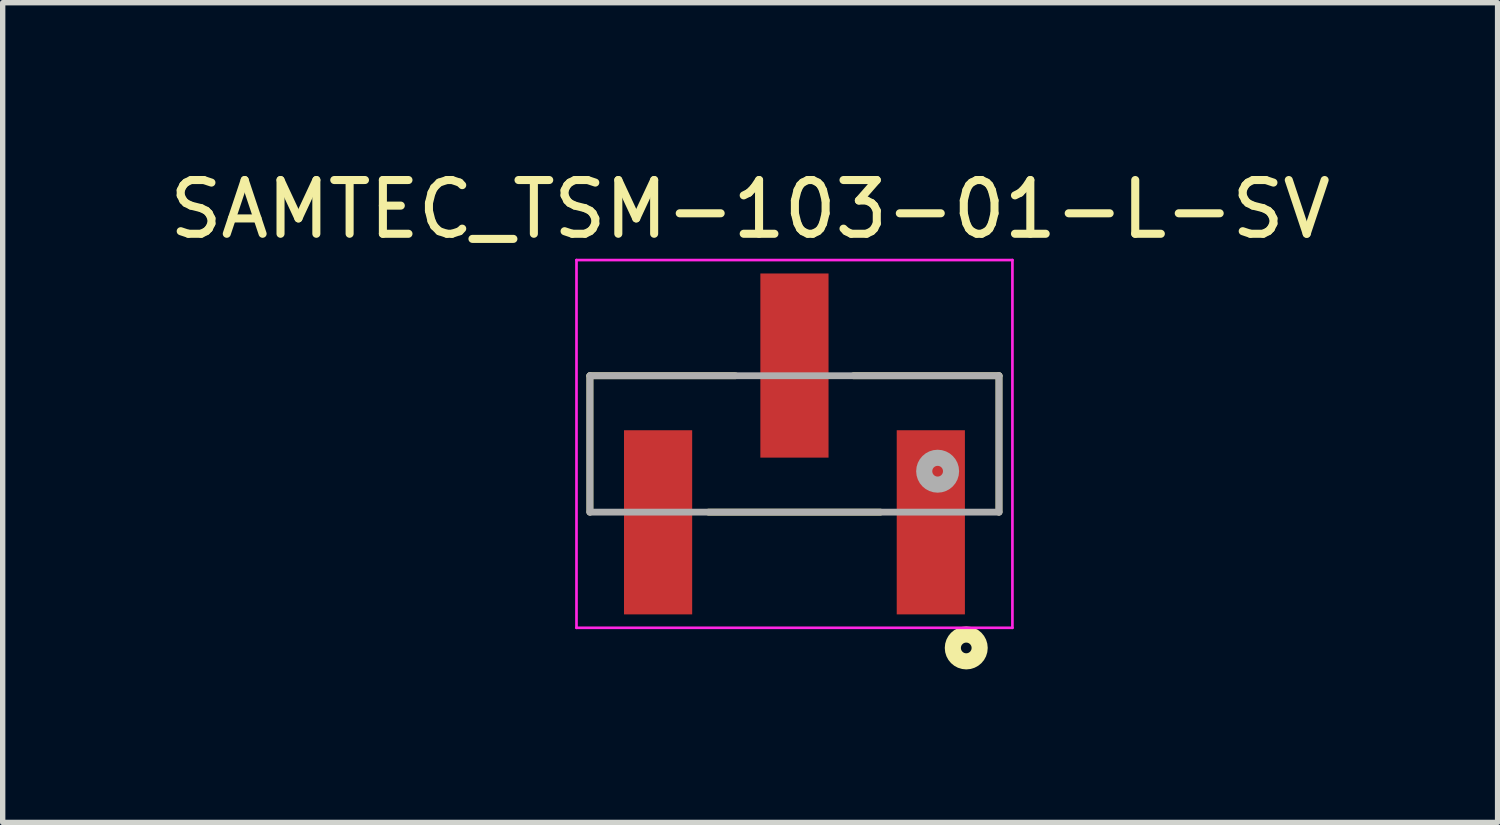
<source format=kicad_pcb>
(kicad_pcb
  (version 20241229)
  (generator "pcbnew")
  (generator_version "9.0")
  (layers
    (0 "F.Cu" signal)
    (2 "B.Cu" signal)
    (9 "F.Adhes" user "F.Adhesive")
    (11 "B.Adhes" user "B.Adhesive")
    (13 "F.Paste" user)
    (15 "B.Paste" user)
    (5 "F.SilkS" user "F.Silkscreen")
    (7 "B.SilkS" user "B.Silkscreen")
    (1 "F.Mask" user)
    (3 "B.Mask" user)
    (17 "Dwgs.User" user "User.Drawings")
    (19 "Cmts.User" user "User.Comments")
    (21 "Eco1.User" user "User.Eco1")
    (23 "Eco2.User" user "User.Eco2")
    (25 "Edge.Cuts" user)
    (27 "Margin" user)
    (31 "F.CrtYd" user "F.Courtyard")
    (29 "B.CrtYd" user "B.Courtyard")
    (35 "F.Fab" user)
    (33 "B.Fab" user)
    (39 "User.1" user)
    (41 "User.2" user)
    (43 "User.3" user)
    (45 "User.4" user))
  (footprint "SAMTEC_TSM-103-01-L-SV"
    (layer "F.Cu")
    (at 11.748 5.219)
    (property "Reference" "SAMTEC_TSM-103-01-L-SV" (at -0.826 -4.37 0) (layer "F.SilkS") (effects (font (size 1.001 1.001) (thickness 0.15))))
    (attr smd)
    (fp_line (start -3.81 -1.27) (end -1.1 -1.27) (stroke (width 0.127) (type solid)) (layer "F.SilkS"))
    (fp_line (start -3.81 1.27) (end -3.81 -1.27) (stroke (width 0.127) (type solid)) (layer "F.SilkS"))
    (fp_line (start 1.1 -1.27) (end 3.81 -1.27) (stroke (width 0.127) (type solid)) (layer "F.SilkS"))
    (fp_line (start 1.6 1.27) (end -1.6 1.27) (stroke (width 0.127) (type solid)) (layer "F.SilkS"))
    (fp_line (start 3.81 -1.27) (end 3.81 1.27) (stroke (width 0.127) (type solid)) (layer "F.SilkS"))
    (fp_circle (center 3.2 3.8) (end 3.3 3.8) (stroke (width 0.3) (type solid)) (fill no) (layer "F.SilkS"))
    (fp_line (start -4.06 -3.425) (end 4.06 -3.425) (stroke (width 0.05) (type solid)) (layer "F.CrtYd"))
    (fp_line (start -4.06 3.425) (end -4.06 -3.425) (stroke (width 0.05) (type solid)) (layer "F.CrtYd"))
    (fp_line (start 4.06 -3.425) (end 4.06 3.425) (stroke (width 0.05) (type solid)) (layer "F.CrtYd"))
    (fp_line (start 4.06 3.425) (end -4.06 3.425) (stroke (width 0.05) (type solid)) (layer "F.CrtYd"))
    (fp_line (start -3.81 -1.27) (end 3.81 -1.27) (stroke (width 0.127) (type solid)) (layer "F.Fab"))
    (fp_line (start -3.81 1.27) (end -3.81 -1.27) (stroke (width 0.127) (type solid)) (layer "F.Fab"))
    (fp_line (start 3.81 -1.27) (end 3.81 1.27) (stroke (width 0.127) (type solid)) (layer "F.Fab"))
    (fp_line (start 3.81 1.27) (end -3.81 1.27) (stroke (width 0.127) (type solid)) (layer "F.Fab"))
    (fp_circle (center 2.667 0.508) (end 2.767 0.508) (stroke (width 0.3) (type solid)) (fill no) (layer "F.Fab"))
    (pad "1" smd rect (at 2.54 1.46 270) (size 3.43 1.27) (layers "F.Cu" "F.Mask" "F.Paste"))
    (pad "2" smd rect (at 0 -1.46 270) (size 3.43 1.27) (layers "F.Cu" "F.Mask" "F.Paste"))
    (pad "3" smd rect (at -2.54 1.46 270) (size 3.43 1.27) (layers "F.Cu" "F.Mask" "F.Paste")))
  (gr_rect
    (start -3 -3)
    (end 24.845 12.269)
    (stroke (width 0.1) (type default))
    (fill no)
    (layer "Edge.Cuts")))
</source>
